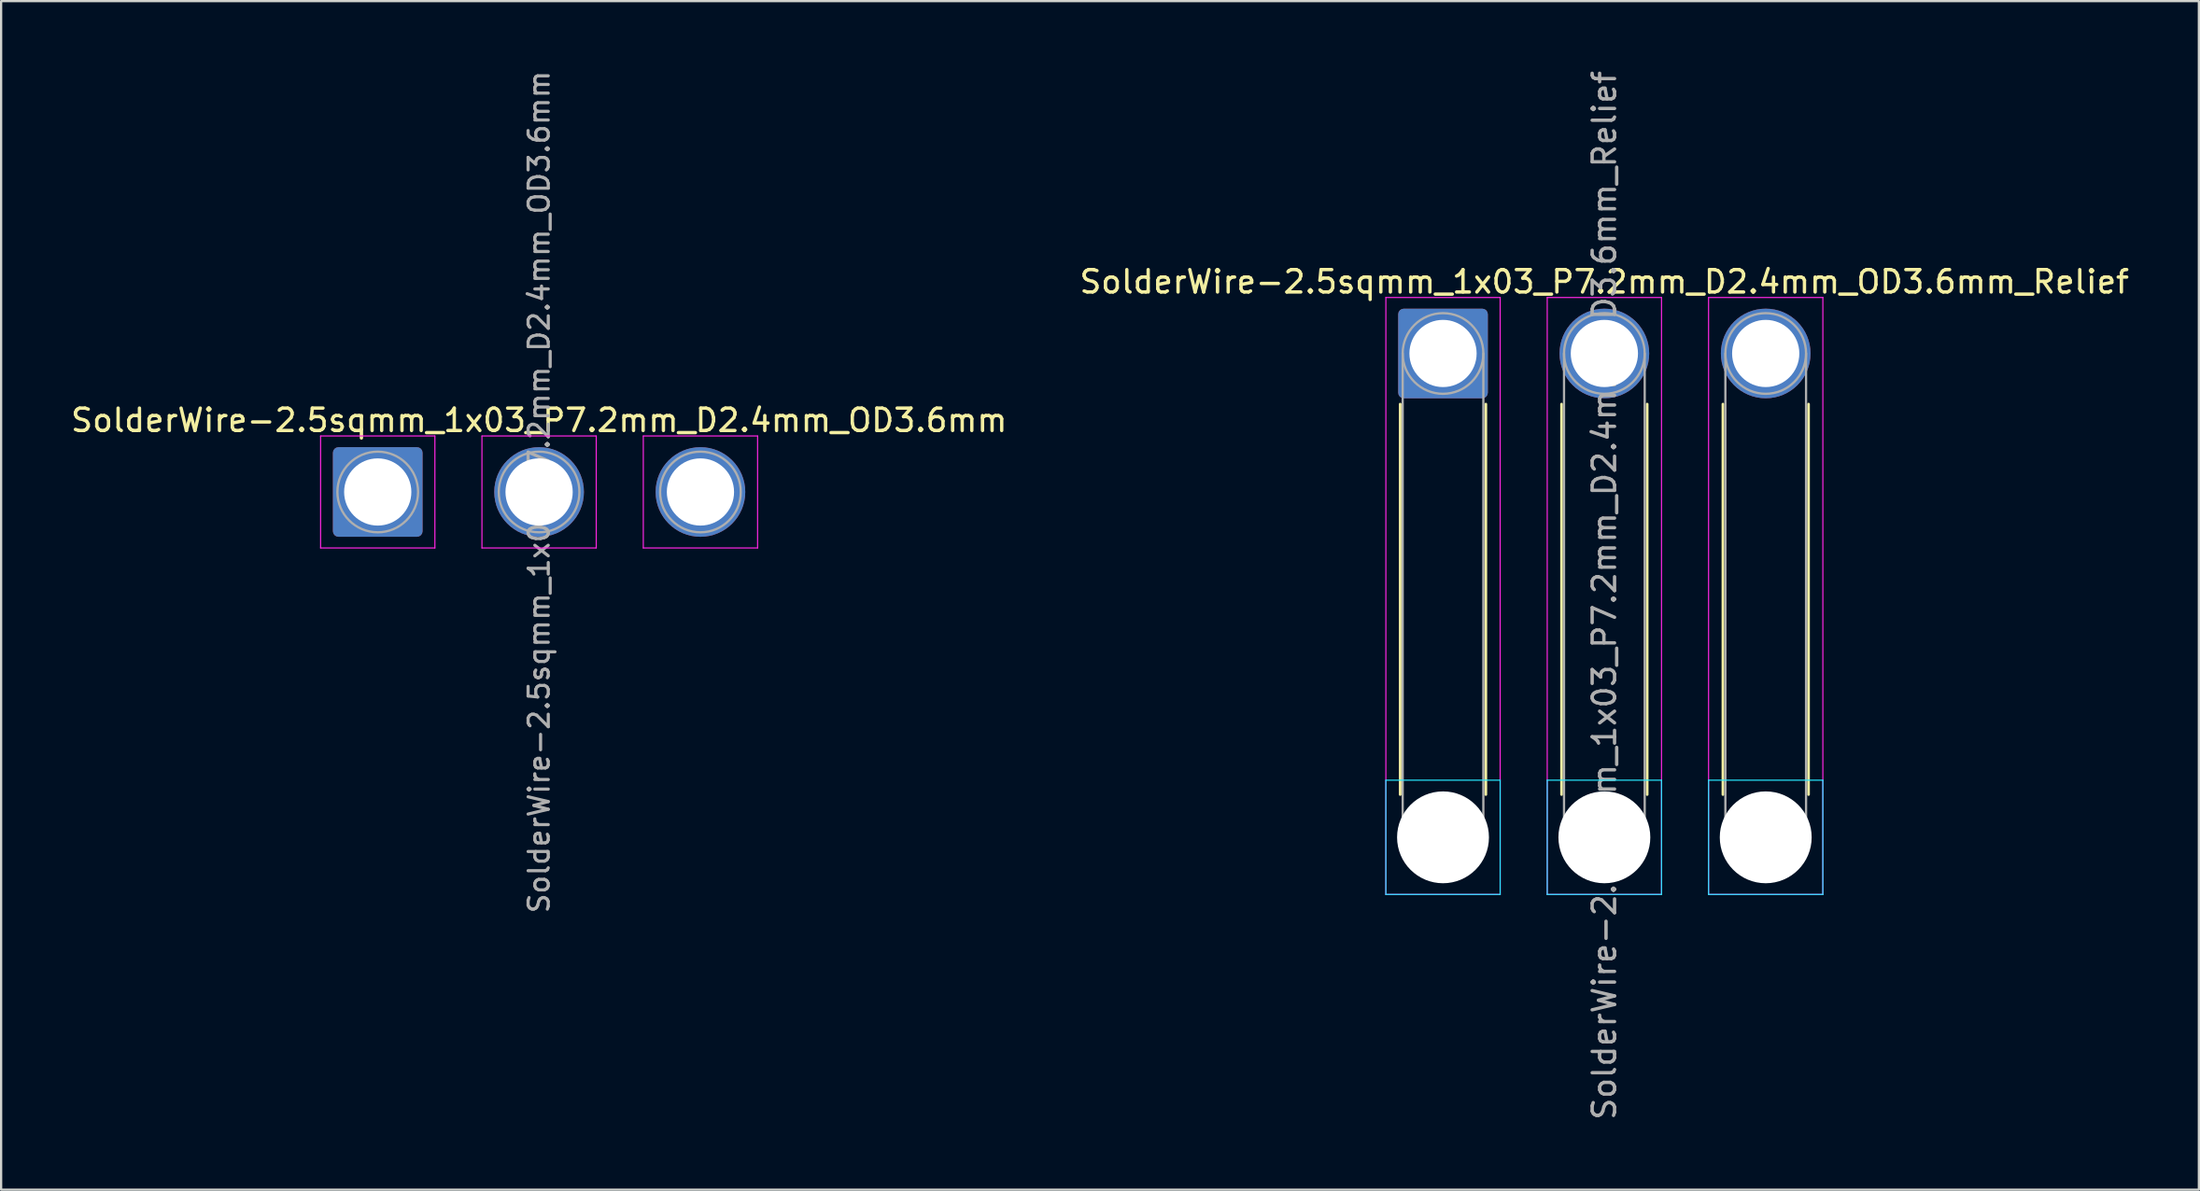
<source format=kicad_pcb>
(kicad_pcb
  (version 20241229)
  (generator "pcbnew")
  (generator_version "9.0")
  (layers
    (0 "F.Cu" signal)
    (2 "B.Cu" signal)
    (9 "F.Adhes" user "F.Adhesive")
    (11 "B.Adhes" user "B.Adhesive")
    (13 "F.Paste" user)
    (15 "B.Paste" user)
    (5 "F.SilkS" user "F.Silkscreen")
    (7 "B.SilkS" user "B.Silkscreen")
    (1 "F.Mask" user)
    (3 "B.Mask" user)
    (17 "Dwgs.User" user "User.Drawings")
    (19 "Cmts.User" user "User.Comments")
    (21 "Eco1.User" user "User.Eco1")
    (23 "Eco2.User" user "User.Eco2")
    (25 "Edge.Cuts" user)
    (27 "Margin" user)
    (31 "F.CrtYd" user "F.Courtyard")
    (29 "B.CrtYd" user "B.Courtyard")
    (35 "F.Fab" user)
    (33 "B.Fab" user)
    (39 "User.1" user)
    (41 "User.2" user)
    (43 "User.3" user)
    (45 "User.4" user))
  (footprint "SolderWire-2.5sqmm_1x03_P7.2mm_D2.4mm_OD3.6mm"
    (layer "F.Cu")
    (at 13.806 18.913)
    (property "Reference" "SolderWire-2.5sqmm_1x03_P7.2mm_D2.4mm_OD3.6mm" (at 7.2 -3.2 0) (layer "F.SilkS") (effects (font (size 1 1) (thickness 0.15))))
    (attr exclude_from_pos_files exclude_from_bom)
    (fp_line (start -2.55 -2.5) (end -2.55 2.5) (stroke (width 0.05) (type solid)) (layer "F.CrtYd"))
    (fp_line (start -2.55 2.5) (end 2.55 2.5) (stroke (width 0.05) (type solid)) (layer "F.CrtYd"))
    (fp_line (start 2.55 -2.5) (end -2.55 -2.5) (stroke (width 0.05) (type solid)) (layer "F.CrtYd"))
    (fp_line (start 2.55 2.5) (end 2.55 -2.5) (stroke (width 0.05) (type solid)) (layer "F.CrtYd"))
    (fp_line (start 4.65 -2.5) (end 4.65 2.5) (stroke (width 0.05) (type solid)) (layer "F.CrtYd"))
    (fp_line (start 4.65 2.5) (end 9.75 2.5) (stroke (width 0.05) (type solid)) (layer "F.CrtYd"))
    (fp_line (start 9.75 -2.5) (end 4.65 -2.5) (stroke (width 0.05) (type solid)) (layer "F.CrtYd"))
    (fp_line (start 9.75 2.5) (end 9.75 -2.5) (stroke (width 0.05) (type solid)) (layer "F.CrtYd"))
    (fp_line (start 11.85 -2.5) (end 11.85 2.5) (stroke (width 0.05) (type solid)) (layer "F.CrtYd"))
    (fp_line (start 11.85 2.5) (end 16.95 2.5) (stroke (width 0.05) (type solid)) (layer "F.CrtYd"))
    (fp_line (start 16.95 -2.5) (end 11.85 -2.5) (stroke (width 0.05) (type solid)) (layer "F.CrtYd"))
    (fp_line (start 16.95 2.5) (end 16.95 -2.5) (stroke (width 0.05) (type solid)) (layer "F.CrtYd"))
    (fp_circle (center 0 0) (end 1.8 0) (stroke (width 0.1) (type solid)) (fill no) (layer "F.Fab"))
    (fp_circle (center 7.2 0) (end 9 0) (stroke (width 0.1) (type solid)) (fill no) (layer "F.Fab"))
    (fp_circle (center 14.4 0) (end 16.2 0) (stroke (width 0.1) (type solid)) (fill no) (layer "F.Fab"))
    (fp_text user "${REFERENCE}" (at 7.2 0 90) (layer "F.Fab") (effects (font (size 0.9 0.9) (thickness 0.14))))
    (pad "1" thru_hole roundrect (at 0 0) (size 4 4) (drill 3) (layers "*.Cu" "*.Mask") (roundrect_rratio 0.062))
    (pad "2" thru_hole circle (at 7.2 0) (size 4 4) (drill 3) (layers "*.Cu" "*.Mask"))
    (pad "3" thru_hole circle (at 14.4 0) (size 4 4) (drill 3) (layers "*.Cu" "*.Mask")))
  (footprint "SolderWire-2.5sqmm_1x03_P7.2mm_D2.4mm_OD3.6mm_Relief"
    (layer "F.Cu")
    (at 61.342 12.73)
    (property "Reference" "SolderWire-2.5sqmm_1x03_P7.2mm_D2.4mm_OD3.6mm_Relief" (at 7.2 -3.2 0) (layer "F.SilkS") (effects (font (size 1 1) (thickness 0.15))))
    (attr exclude_from_pos_files exclude_from_bom)
    (fp_line (start -1.91 2.26) (end -1.91 19.69) (stroke (width 0.12) (type solid)) (layer "F.SilkS"))
    (fp_line (start 1.91 2.26) (end 1.91 19.69) (stroke (width 0.12) (type solid)) (layer "F.SilkS"))
    (fp_line (start 5.29 2.26) (end 5.29 19.69) (stroke (width 0.12) (type solid)) (layer "F.SilkS"))
    (fp_line (start 9.11 2.26) (end 9.11 19.69) (stroke (width 0.12) (type solid)) (layer "F.SilkS"))
    (fp_line (start 12.49 2.26) (end 12.49 19.69) (stroke (width 0.12) (type solid)) (layer "F.SilkS"))
    (fp_line (start 16.31 2.26) (end 16.31 19.69) (stroke (width 0.12) (type solid)) (layer "F.SilkS"))
    (fp_line (start -2.55 19.05) (end -2.55 24.15) (stroke (width 0.05) (type solid)) (layer "B.CrtYd"))
    (fp_line (start -2.55 24.15) (end 2.55 24.15) (stroke (width 0.05) (type solid)) (layer "B.CrtYd"))
    (fp_line (start 2.55 19.05) (end -2.55 19.05) (stroke (width 0.05) (type solid)) (layer "B.CrtYd"))
    (fp_line (start 2.55 24.15) (end 2.55 19.05) (stroke (width 0.05) (type solid)) (layer "B.CrtYd"))
    (fp_line (start 4.65 19.05) (end 4.65 24.15) (stroke (width 0.05) (type solid)) (layer "B.CrtYd"))
    (fp_line (start 4.65 24.15) (end 9.75 24.15) (stroke (width 0.05) (type solid)) (layer "B.CrtYd"))
    (fp_line (start 9.75 19.05) (end 4.65 19.05) (stroke (width 0.05) (type solid)) (layer "B.CrtYd"))
    (fp_line (start 9.75 24.15) (end 9.75 19.05) (stroke (width 0.05) (type solid)) (layer "B.CrtYd"))
    (fp_line (start 11.85 19.05) (end 11.85 24.15) (stroke (width 0.05) (type solid)) (layer "B.CrtYd"))
    (fp_line (start 11.85 24.15) (end 16.95 24.15) (stroke (width 0.05) (type solid)) (layer "B.CrtYd"))
    (fp_line (start 16.95 19.05) (end 11.85 19.05) (stroke (width 0.05) (type solid)) (layer "B.CrtYd"))
    (fp_line (start 16.95 24.15) (end 16.95 19.05) (stroke (width 0.05) (type solid)) (layer "B.CrtYd"))
    (fp_line (start -2.55 -2.5) (end -2.55 24.15) (stroke (width 0.05) (type solid)) (layer "F.CrtYd"))
    (fp_line (start -2.55 24.15) (end 2.55 24.15) (stroke (width 0.05) (type solid)) (layer "F.CrtYd"))
    (fp_line (start 2.55 -2.5) (end -2.55 -2.5) (stroke (width 0.05) (type solid)) (layer "F.CrtYd"))
    (fp_line (start 2.55 24.15) (end 2.55 -2.5) (stroke (width 0.05) (type solid)) (layer "F.CrtYd"))
    (fp_line (start 4.65 -2.5) (end 4.65 24.15) (stroke (width 0.05) (type solid)) (layer "F.CrtYd"))
    (fp_line (start 4.65 24.15) (end 9.75 24.15) (stroke (width 0.05) (type solid)) (layer "F.CrtYd"))
    (fp_line (start 9.75 -2.5) (end 4.65 -2.5) (stroke (width 0.05) (type solid)) (layer "F.CrtYd"))
    (fp_line (start 9.75 24.15) (end 9.75 -2.5) (stroke (width 0.05) (type solid)) (layer "F.CrtYd"))
    (fp_line (start 11.85 -2.5) (end 11.85 24.15) (stroke (width 0.05) (type solid)) (layer "F.CrtYd"))
    (fp_line (start 11.85 24.15) (end 16.95 24.15) (stroke (width 0.05) (type solid)) (layer "F.CrtYd"))
    (fp_line (start 16.95 -2.5) (end 11.85 -2.5) (stroke (width 0.05) (type solid)) (layer "F.CrtYd"))
    (fp_line (start 16.95 24.15) (end 16.95 -2.5) (stroke (width 0.05) (type solid)) (layer "F.CrtYd"))
    (fp_line (start -1.8 0) (end -1.8 21.6) (stroke (width 0.1) (type solid)) (layer "F.Fab"))
    (fp_line (start 1.8 0) (end 1.8 21.6) (stroke (width 0.1) (type solid)) (layer "F.Fab"))
    (fp_line (start 5.4 0) (end 5.4 21.6) (stroke (width 0.1) (type solid)) (layer "F.Fab"))
    (fp_line (start 9 0) (end 9 21.6) (stroke (width 0.1) (type solid)) (layer "F.Fab"))
    (fp_line (start 12.6 0) (end 12.6 21.6) (stroke (width 0.1) (type solid)) (layer "F.Fab"))
    (fp_line (start 16.2 0) (end 16.2 21.6) (stroke (width 0.1) (type solid)) (layer "F.Fab"))
    (fp_circle (center 0 0) (end 1.8 0) (stroke (width 0.1) (type solid)) (fill no) (layer "F.Fab"))
    (fp_circle (center 0 21.6) (end 1.8 21.6) (stroke (width 0.1) (type solid)) (fill no) (layer "F.Fab"))
    (fp_circle (center 7.2 0) (end 9 0) (stroke (width 0.1) (type solid)) (fill no) (layer "F.Fab"))
    (fp_circle (center 7.2 21.6) (end 9 21.6) (stroke (width 0.1) (type solid)) (fill no) (layer "F.Fab"))
    (fp_circle (center 14.4 0) (end 16.2 0) (stroke (width 0.1) (type solid)) (fill no) (layer "F.Fab"))
    (fp_circle (center 14.4 21.6) (end 16.2 21.6) (stroke (width 0.1) (type solid)) (fill no) (layer "F.Fab"))
    (fp_text user "${REFERENCE}" (at 7.2 10.8 90) (layer "F.Fab") (effects (font (size 1 1) (thickness 0.15))))
    (pad "" np_thru_hole circle (at 0 21.6) (size 4.1 4.1) (drill 4.1) (layers "*.Cu" "*.Mask"))
    (pad "" np_thru_hole circle (at 7.2 21.6) (size 4.1 4.1) (drill 4.1) (layers "*.Cu" "*.Mask"))
    (pad "" np_thru_hole circle (at 14.4 21.6) (size 4.1 4.1) (drill 4.1) (layers "*.Cu" "*.Mask"))
    (pad "1" thru_hole roundrect (at 0 0) (size 4 4) (drill 3) (layers "*.Cu" "*.Mask") (roundrect_rratio 0.062))
    (pad "2" thru_hole circle (at 7.2 0) (size 4 4) (drill 3) (layers "*.Cu" "*.Mask"))
    (pad "3" thru_hole circle (at 14.4 0) (size 4 4) (drill 3) (layers "*.Cu" "*.Mask")))
  (gr_rect
    (start -3 -3)
    (end 95.071 50.06)
    (stroke (width 0.1) (type default))
    (fill no)
    (layer "Edge.Cuts")))
</source>
